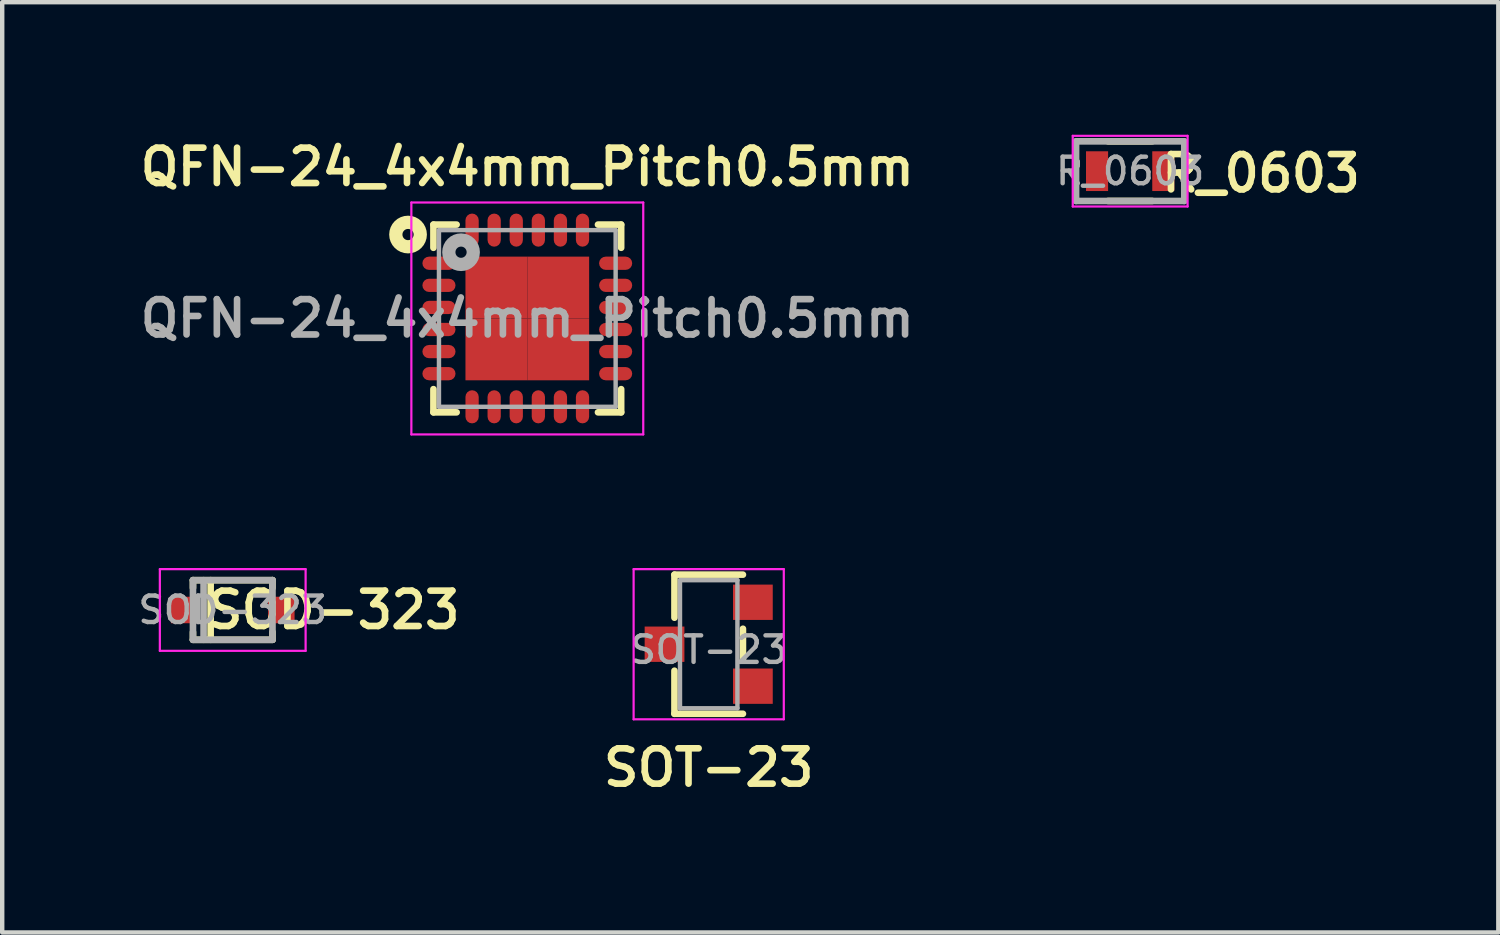
<source format=kicad_pcb>
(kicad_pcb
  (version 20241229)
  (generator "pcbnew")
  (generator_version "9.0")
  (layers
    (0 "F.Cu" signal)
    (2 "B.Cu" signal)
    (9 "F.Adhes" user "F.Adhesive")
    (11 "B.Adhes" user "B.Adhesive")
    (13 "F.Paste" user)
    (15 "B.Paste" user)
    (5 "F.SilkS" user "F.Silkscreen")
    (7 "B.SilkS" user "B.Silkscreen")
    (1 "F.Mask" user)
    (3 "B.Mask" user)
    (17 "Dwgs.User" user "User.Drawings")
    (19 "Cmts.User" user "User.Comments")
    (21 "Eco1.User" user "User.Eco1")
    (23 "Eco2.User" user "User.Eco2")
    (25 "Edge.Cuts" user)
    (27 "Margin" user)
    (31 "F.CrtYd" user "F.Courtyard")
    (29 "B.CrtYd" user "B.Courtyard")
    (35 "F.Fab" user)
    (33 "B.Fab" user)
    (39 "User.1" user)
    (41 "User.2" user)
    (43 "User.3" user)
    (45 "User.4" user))
  (footprint "R_0603"
    (layer "F.Cu")
    (at 22.537 0.825)
    (property "Reference" "R_0603" (at 2.962 0.05 180) (layer "F.SilkS") (effects (font (size 0.8 0.8) (thickness 0.15))))
    (attr smd)
    (fp_line (start -0.5 -0.675) (end 0.5 -0.675) (stroke (width 0.15) (type solid)) (layer "F.SilkS"))
    (fp_line (start 0.5 0.675) (end -0.5 0.675) (stroke (width 0.15) (type solid)) (layer "F.SilkS"))
    (fp_line (start -1.3 -0.8) (end -1.3 0.8) (stroke (width 0.05) (type solid)) (layer "F.CrtYd"))
    (fp_line (start -1.3 -0.8) (end 1.3 -0.8) (stroke (width 0.05) (type solid)) (layer "F.CrtYd"))
    (fp_line (start -1.3 0.8) (end 1.3 0.8) (stroke (width 0.05) (type solid)) (layer "F.CrtYd"))
    (fp_line (start 1.3 -0.8) (end 1.3 0.8) (stroke (width 0.05) (type solid)) (layer "F.CrtYd"))
    (fp_line (start -1.225 -0.675) (end -1.225 0.675) (stroke (width 0.15) (type solid)) (layer "F.Fab"))
    (fp_line (start -1.225 -0.675) (end 1.225 -0.675) (stroke (width 0.15) (type solid)) (layer "F.Fab"))
    (fp_line (start -1.225 0.675) (end 1.225 0.675) (stroke (width 0.15) (type solid)) (layer "F.Fab"))
    (fp_line (start 1.225 -0.675) (end 1.225 0.675) (stroke (width 0.15) (type solid)) (layer "F.Fab"))
    (fp_text user "${REFERENCE}" (at 0 0 180) (layer "F.Fab") (effects (font (size 0.6 0.6) (thickness 0.1))))
    (pad "1" smd rect (at -0.75 0) (size 0.5 0.9) (layers "F.Cu" "F.Mask" "F.Paste"))
    (pad "2" smd rect (at 0.75 0) (size 0.5 0.9) (layers "F.Cu" "F.Mask" "F.Paste")))
  (footprint "QFN-24_4x4mm_Pitch0.5mm"
    (layer "F.Cu")
    (at 8.888 4.16)
    (property "Reference" "QFN-24_4x4mm_Pitch0.5mm" (at 0 -3.429 0) (layer "F.SilkS") (effects (font (size 0.8 0.8) (thickness 0.15))))
    (attr smd)
    (fp_line (start -2.125 -2.125) (end -2.125 -1.6) (stroke (width 0.15) (type solid)) (layer "F.SilkS"))
    (fp_line (start -2.125 -2.125) (end -1.6 -2.125) (stroke (width 0.15) (type solid)) (layer "F.SilkS"))
    (fp_line (start -2.125 1.6) (end -2.125 2.125) (stroke (width 0.15) (type solid)) (layer "F.SilkS"))
    (fp_line (start -2.125 2.125) (end -1.6 2.125) (stroke (width 0.15) (type solid)) (layer "F.SilkS"))
    (fp_line (start 1.6 -2.125) (end 2.125 -2.125) (stroke (width 0.15) (type solid)) (layer "F.SilkS"))
    (fp_line (start 1.6 2.125) (end 2.125 2.125) (stroke (width 0.15) (type solid)) (layer "F.SilkS"))
    (fp_line (start 2.125 -1.6) (end 2.125 -2.125) (stroke (width 0.15) (type solid)) (layer "F.SilkS"))
    (fp_line (start 2.125 1.6) (end 2.125 2.125) (stroke (width 0.15) (type solid)) (layer "F.SilkS"))
    (fp_circle (center -2.7 -1.9) (end -2.7 -1.773) (stroke (width 0.3) (type solid)) (fill no) (layer "F.SilkS"))
    (fp_line (start -2.625 -2.625) (end 2.625 -2.625) (stroke (width 0.05) (type solid)) (layer "F.CrtYd"))
    (fp_line (start -2.625 2.625) (end -2.625 -2.625) (stroke (width 0.05) (type solid)) (layer "F.CrtYd"))
    (fp_line (start 2.625 -2.625) (end 2.625 2.625) (stroke (width 0.05) (type solid)) (layer "F.CrtYd"))
    (fp_line (start 2.625 2.625) (end -2.625 2.625) (stroke (width 0.05) (type solid)) (layer "F.CrtYd"))
    (fp_line (start -2 -2) (end -2 2) (stroke (width 0.1) (type solid)) (layer "F.Fab"))
    (fp_line (start -2 -2) (end 2 -2) (stroke (width 0.1) (type solid)) (layer "F.Fab"))
    (fp_line (start 2 2) (end -2 2) (stroke (width 0.1) (type solid)) (layer "F.Fab"))
    (fp_line (start 2 2) (end 2 -2) (stroke (width 0.1) (type solid)) (layer "F.Fab"))
    (fp_circle (center -1.5 -1.5) (end -1.5 -1.373) (stroke (width 0.3) (type solid)) (fill no) (layer "F.Fab"))
    (fp_text user "${REFERENCE}" (at 0 0 0) (layer "F.Fab") (effects (font (size 0.8 0.8) (thickness 0.15))))
    (pad "1" smd roundrect (at -2 -1.25) (size 0.75 0.3) (layers "F.Cu" "F.Mask" "F.Paste") (roundrect_rratio 0.5))
    (pad "2" smd roundrect (at -2 -0.75) (size 0.75 0.3) (layers "F.Cu" "F.Mask" "F.Paste") (roundrect_rratio 0.5))
    (pad "3" smd roundrect (at -2 -0.25) (size 0.75 0.3) (layers "F.Cu" "F.Mask" "F.Paste") (roundrect_rratio 0.5))
    (pad "4" smd roundrect (at -2 0.25) (size 0.75 0.3) (layers "F.Cu" "F.Mask" "F.Paste") (roundrect_rratio 0.5))
    (pad "5" smd roundrect (at -2 0.75) (size 0.75 0.3) (layers "F.Cu" "F.Mask" "F.Paste") (roundrect_rratio 0.5))
    (pad "6" smd roundrect (at -2 1.25 180) (size 0.75 0.3) (layers "F.Cu" "F.Mask" "F.Paste") (roundrect_rratio 0.5))
    (pad "7" smd roundrect (at -1.25 2 90) (size 0.75 0.3) (layers "F.Cu" "F.Mask" "F.Paste") (roundrect_rratio 0.5))
    (pad "8" smd roundrect (at -0.75 2 90) (size 0.75 0.3) (layers "F.Cu" "F.Mask" "F.Paste") (roundrect_rratio 0.5))
    (pad "9" smd roundrect (at -0.25 2 90) (size 0.75 0.3) (layers "F.Cu" "F.Mask" "F.Paste") (roundrect_rratio 0.5))
    (pad "10" smd roundrect (at 0.25 2 90) (size 0.75 0.3) (layers "F.Cu" "F.Mask" "F.Paste") (roundrect_rratio 0.5))
    (pad "11" smd roundrect (at 0.75 2 90) (size 0.75 0.3) (layers "F.Cu" "F.Mask" "F.Paste") (roundrect_rratio 0.5))
    (pad "12" smd roundrect (at 1.25 2 90) (size 0.75 0.3) (layers "F.Cu" "F.Mask" "F.Paste") (roundrect_rratio 0.5))
    (pad "13" smd roundrect (at 2 1.25) (size 0.75 0.3) (layers "F.Cu" "F.Mask" "F.Paste") (roundrect_rratio 0.5))
    (pad "14" smd roundrect (at 2 0.75 180) (size 0.75 0.3) (layers "F.Cu" "F.Mask" "F.Paste") (roundrect_rratio 0.5))
    (pad "15" smd roundrect (at 2 0.25 180) (size 0.75 0.3) (layers "F.Cu" "F.Mask" "F.Paste") (roundrect_rratio 0.5))
    (pad "16" smd roundrect (at 2 -0.25 180) (size 0.75 0.3) (layers "F.Cu" "F.Mask" "F.Paste") (roundrect_rratio 0.5))
    (pad "17" smd roundrect (at 2 -0.75 180) (size 0.75 0.3) (layers "F.Cu" "F.Mask" "F.Paste") (roundrect_rratio 0.5))
    (pad "18" smd roundrect (at 2 -1.25 180) (size 0.75 0.3) (layers "F.Cu" "F.Mask" "F.Paste") (roundrect_rratio 0.5))
    (pad "19" smd roundrect (at 1.25 -2 270) (size 0.75 0.3) (layers "F.Cu" "F.Mask" "F.Paste") (roundrect_rratio 0.5))
    (pad "20" smd roundrect (at 0.75 -2 90) (size 0.75 0.3) (layers "F.Cu" "F.Mask" "F.Paste") (roundrect_rratio 0.5))
    (pad "21" smd roundrect (at 0.25 -2 90) (size 0.75 0.3) (layers "F.Cu" "F.Mask" "F.Paste") (roundrect_rratio 0.5))
    (pad "22" smd roundrect (at -0.25 -2 90) (size 0.75 0.3) (layers "F.Cu" "F.Mask" "F.Paste") (roundrect_rratio 0.5))
    (pad "23" smd roundrect (at -0.75 -2 90) (size 0.75 0.3) (layers "F.Cu" "F.Mask" "F.Paste") (roundrect_rratio 0.5))
    (pad "24" smd roundrect (at -1.25 -2 90) (size 0.75 0.3) (layers "F.Cu" "F.Mask" "F.Paste") (roundrect_rratio 0.5))
    (pad "25" smd rect (at -0.7 -0.7) (size 1.4 1.4) (layers "F.Cu" "F.Mask" "F.Paste"))
    (pad "25" smd rect (at -0.7 0.7) (size 1.4 1.4) (layers "F.Cu" "F.Mask" "F.Paste"))
    (pad "25" smd rect (at 0.7 -0.7) (size 1.4 1.4) (layers "F.Cu" "F.Mask" "F.Paste"))
    (pad "25" smd rect (at 0.7 0.7) (size 1.4 1.4) (layers "F.Cu" "F.Mask" "F.Paste")))
  (footprint "SOT-23"
    (layer "F.Cu")
    (at 12.995 11.535)
    (property "Reference" "SOT-23" (at 0 2.794 0) (layer "F.SilkS") (effects (font (size 0.8 0.8) (thickness 0.15))))
    (attr smd)
    (fp_line (start -0.775 -0.6) (end -0.775 -1.575) (stroke (width 0.15) (type solid)) (layer "F.SilkS"))
    (fp_line (start -0.775 1.575) (end -0.775 0.6) (stroke (width 0.15) (type solid)) (layer "F.SilkS"))
    (fp_line (start 0.775 -1.575) (end -0.775 -1.575) (stroke (width 0.15) (type solid)) (layer "F.SilkS"))
    (fp_line (start 0.775 0.35) (end 0.775 -0.35) (stroke (width 0.15) (type solid)) (layer "F.SilkS"))
    (fp_line (start 0.775 1.575) (end -0.775 1.575) (stroke (width 0.15) (type solid)) (layer "F.SilkS"))
    (fp_line (start -1.7 -1.7) (end -1.7 1.7) (stroke (width 0.05) (type solid)) (layer "F.CrtYd"))
    (fp_line (start -1.7 1.7) (end 1.7 1.7) (stroke (width 0.05) (type solid)) (layer "F.CrtYd"))
    (fp_line (start 1.7 -1.7) (end -1.7 -1.7) (stroke (width 0.05) (type solid)) (layer "F.CrtYd"))
    (fp_line (start 1.7 1.7) (end 1.7 -1.7) (stroke (width 0.05) (type solid)) (layer "F.CrtYd"))
    (fp_line (start -0.65 1.45) (end -0.65 -1.45) (stroke (width 0.1) (type solid)) (layer "F.Fab"))
    (fp_line (start 0.65 -1.45) (end -0.65 -1.45) (stroke (width 0.1) (type solid)) (layer "F.Fab"))
    (fp_line (start 0.65 1.45) (end -0.65 1.45) (stroke (width 0.1) (type solid)) (layer "F.Fab"))
    (fp_line (start 0.65 1.45) (end 0.65 -1.45) (stroke (width 0.1) (type solid)) (layer "F.Fab"))
    (fp_text user "${REFERENCE}" (at 0 0.127 0) (layer "F.Fab") (effects (font (size 0.6 0.6) (thickness 0.1))))
    (pad "1" smd rect (at 1 0.95 90) (size 0.8 0.9) (layers "F.Cu" "F.Mask" "F.Paste"))
    (pad "2" smd rect (at 1 -0.95 90) (size 0.8 0.9) (layers "F.Cu" "F.Mask" "F.Paste"))
    (pad "3" smd rect (at -1 0 90) (size 0.8 0.9) (layers "F.Cu" "F.Mask" "F.Paste")))
  (footprint "SOD-323"
    (layer "F.Cu")
    (at 2.219 10.76)
    (property "Reference" "SOD-323" (at 2.286 0 0) (layer "F.SilkS") (effects (font (size 0.8 0.8) (thickness 0.15))))
    (attr smd)
    (fp_line (start -0.9 -0.675) (end -0.9 -0.5) (stroke (width 0.15) (type solid)) (layer "F.SilkS"))
    (fp_line (start -0.9 -0.675) (end 0.9 -0.675) (stroke (width 0.15) (type solid)) (layer "F.SilkS"))
    (fp_line (start -0.9 0.5) (end -0.9 0.675) (stroke (width 0.15) (type solid)) (layer "F.SilkS"))
    (fp_line (start -0.9 0.675) (end 0.9 0.675) (stroke (width 0.15) (type solid)) (layer "F.SilkS"))
    (fp_line (start -0.5 -0.675) (end -0.5 0.675) (stroke (width 0.15) (type solid)) (layer "F.SilkS"))
    (fp_line (start 0.9 -0.5) (end 0.9 -0.675) (stroke (width 0.15) (type solid)) (layer "F.SilkS"))
    (fp_line (start 0.9 0.675) (end 0.9 0.5) (stroke (width 0.15) (type solid)) (layer "F.SilkS"))
    (fp_line (start -1.65 -0.925) (end -1.65 0.925) (stroke (width 0.05) (type solid)) (layer "F.CrtYd"))
    (fp_line (start -1.65 0.925) (end 1.65 0.925) (stroke (width 0.05) (type solid)) (layer "F.CrtYd"))
    (fp_line (start 1.65 -0.925) (end -1.65 -0.925) (stroke (width 0.05) (type solid)) (layer "F.CrtYd"))
    (fp_line (start 1.65 0.925) (end 1.65 -0.925) (stroke (width 0.05) (type solid)) (layer "F.CrtYd"))
    (fp_line (start -0.9 -0.675) (end -0.9 0.675) (stroke (width 0.15) (type solid)) (layer "F.Fab"))
    (fp_line (start -0.9 -0.675) (end 0.9 -0.675) (stroke (width 0.15) (type solid)) (layer "F.Fab"))
    (fp_line (start -0.9 0.675) (end 0.9 0.675) (stroke (width 0.15) (type solid)) (layer "F.Fab"))
    (fp_line (start -0.66 -0.675) (end -0.66 0.675) (stroke (width 0.15) (type solid)) (layer "F.Fab"))
    (fp_line (start 0.9 0.675) (end 0.9 -0.675) (stroke (width 0.15) (type solid)) (layer "F.Fab"))
    (fp_text user "${REFERENCE}" (at 0 0 0) (layer "F.Fab") (effects (font (size 0.6 0.6) (thickness 0.1))))
    (pad "1" smd rect (at -1.1 0) (size 0.6 0.6) (layers "F.Cu" "F.Mask" "F.Paste"))
    (pad "2" smd rect (at 1.1 0) (size 0.6 0.6) (layers "F.Cu" "F.Mask" "F.Paste")))
  (gr_rect
    (start -3 -3)
    (end 30.872 18.061)
    (stroke (width 0.1) (type default))
    (fill no)
    (layer "Edge.Cuts")))
</source>
